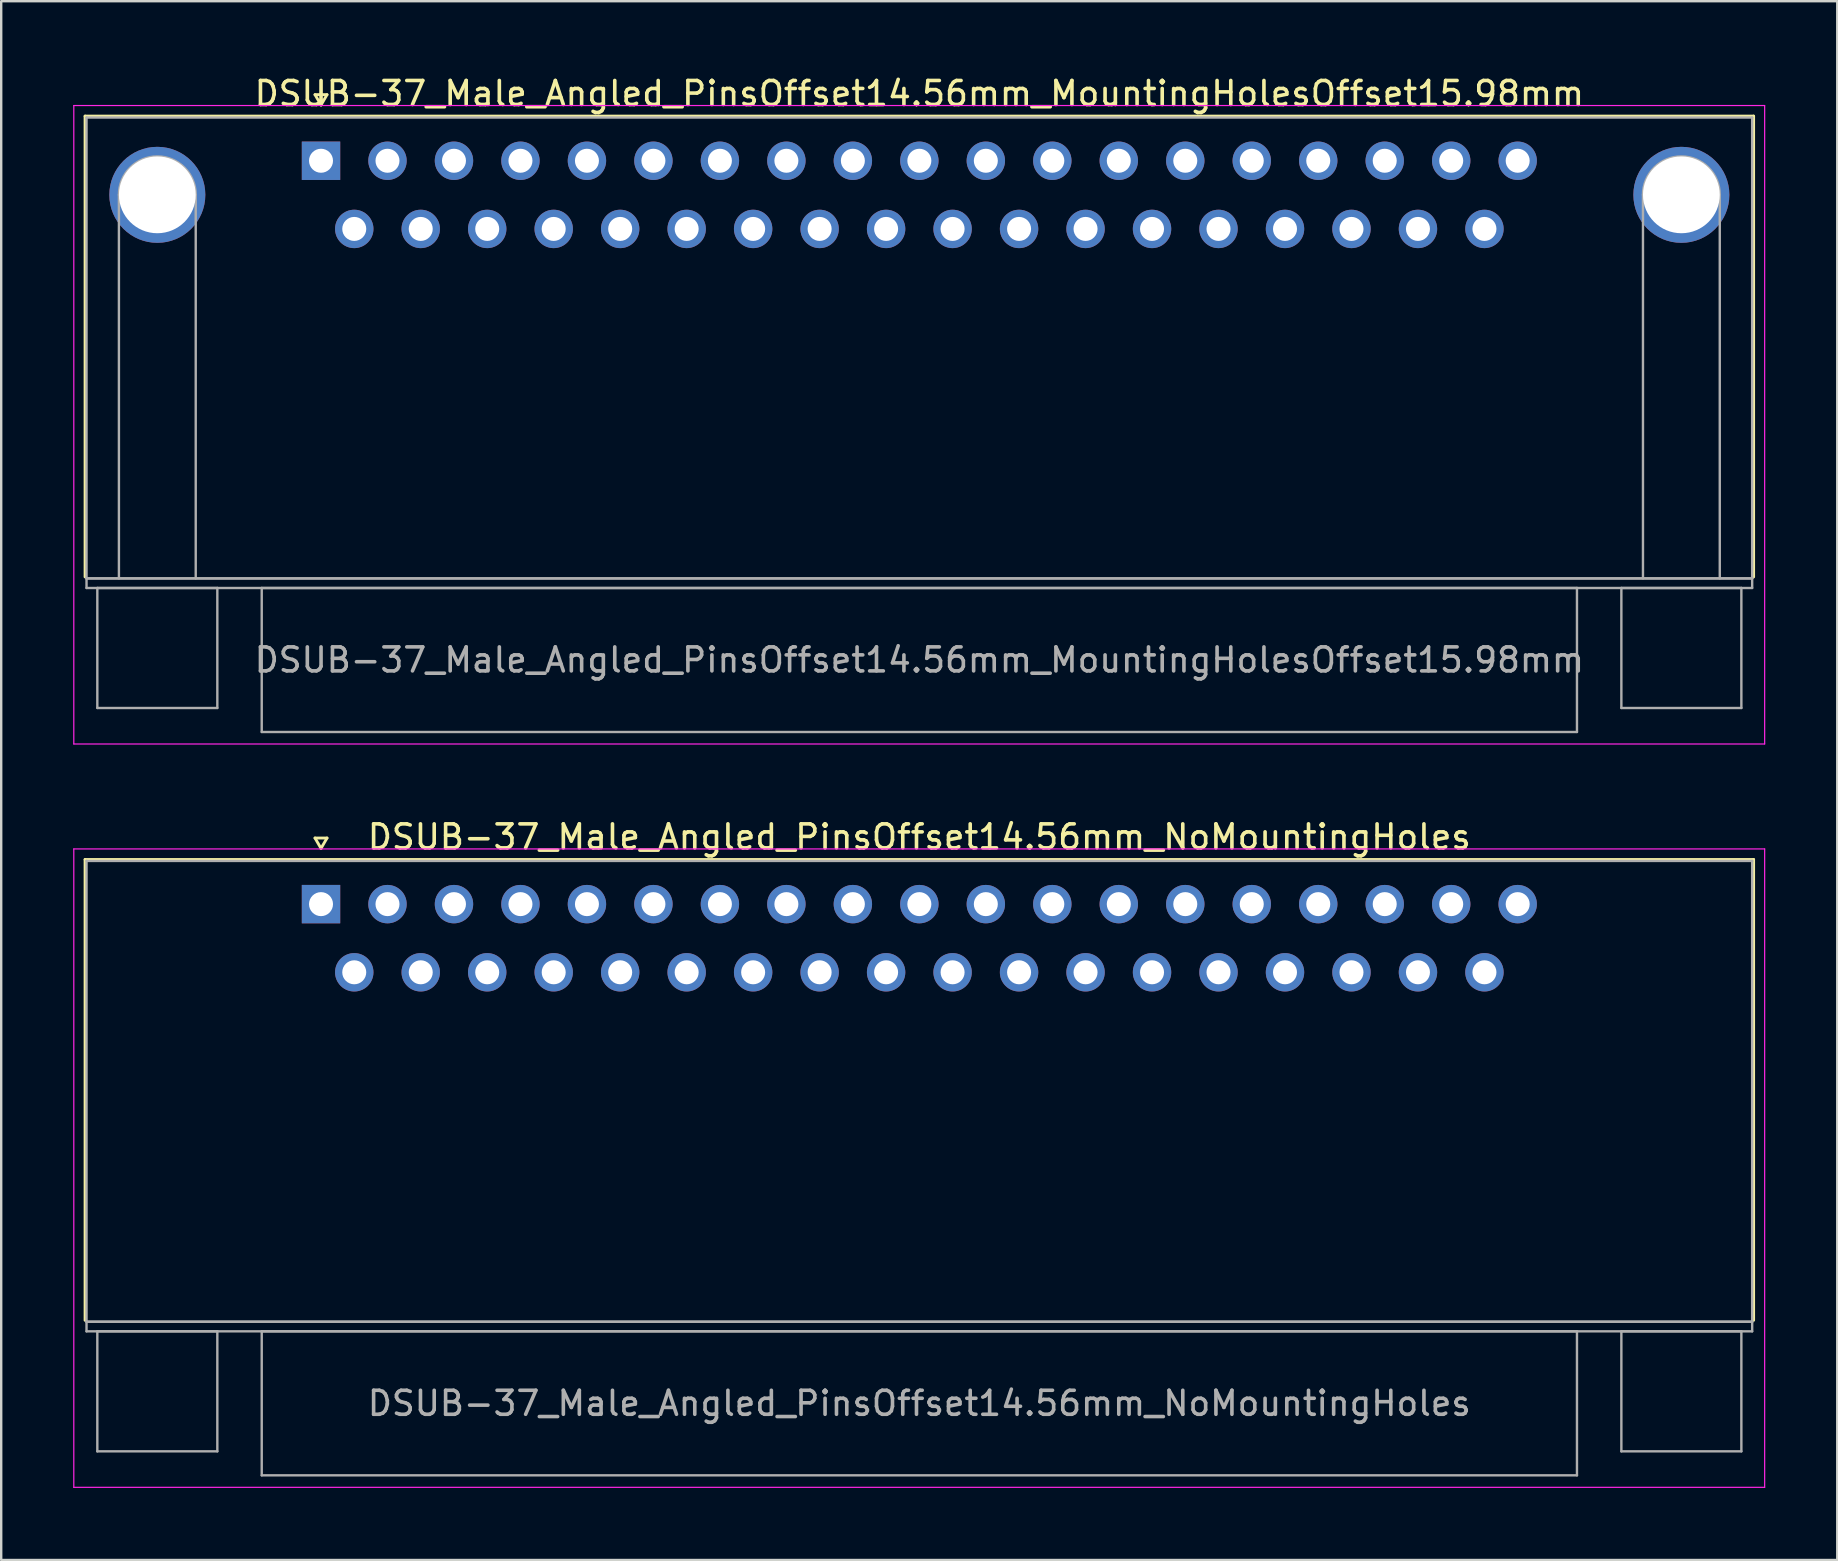
<source format=kicad_pcb>
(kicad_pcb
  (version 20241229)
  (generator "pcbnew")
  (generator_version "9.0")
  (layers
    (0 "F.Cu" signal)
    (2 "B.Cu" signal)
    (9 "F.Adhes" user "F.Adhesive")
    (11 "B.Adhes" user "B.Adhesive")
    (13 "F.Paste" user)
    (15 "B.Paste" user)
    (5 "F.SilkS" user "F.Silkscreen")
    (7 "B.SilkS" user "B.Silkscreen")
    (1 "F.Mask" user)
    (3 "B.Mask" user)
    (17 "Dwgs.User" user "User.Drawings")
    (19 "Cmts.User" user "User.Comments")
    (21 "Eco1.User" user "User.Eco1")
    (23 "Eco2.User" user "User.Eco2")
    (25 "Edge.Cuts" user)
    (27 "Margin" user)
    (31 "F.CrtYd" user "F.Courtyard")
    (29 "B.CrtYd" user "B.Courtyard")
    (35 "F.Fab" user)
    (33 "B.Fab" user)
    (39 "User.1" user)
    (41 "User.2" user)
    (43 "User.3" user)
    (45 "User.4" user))
  (footprint "DSUB-37_Male_Angled_PinsOffset14.56mm_MountingHolesOffset15.98mm"
    (layer "F.Cu")
    (at 10.325 3.648)
    (property "Reference" "DSUB-37_Male_Angled_PinsOffset14.56mm_MountingHolesOffset15.98mm" (at 24.93 -2.8 0) (layer "F.SilkS") (effects (font (size 1 1) (thickness 0.15))))
    (attr through_hole)
    (fp_line (start -9.83 -1.86) (end 59.69 -1.86) (stroke (width 0.12) (type solid)) (layer "F.SilkS"))
    (fp_line (start -9.83 17.34) (end -9.83 -1.86) (stroke (width 0.12) (type solid)) (layer "F.SilkS"))
    (fp_line (start -0.25 -2.754) (end 0.25 -2.754) (stroke (width 0.12) (type solid)) (layer "F.SilkS"))
    (fp_line (start 0 -2.321) (end -0.25 -2.754) (stroke (width 0.12) (type solid)) (layer "F.SilkS"))
    (fp_line (start 0.25 -2.754) (end 0 -2.321) (stroke (width 0.12) (type solid)) (layer "F.SilkS"))
    (fp_line (start 59.69 -1.86) (end 59.69 17.34) (stroke (width 0.12) (type solid)) (layer "F.SilkS"))
    (fp_line (start -10.3 -2.3) (end -10.3 24.3) (stroke (width 0.05) (type solid)) (layer "F.CrtYd"))
    (fp_line (start -10.3 24.3) (end 60.15 24.3) (stroke (width 0.05) (type solid)) (layer "F.CrtYd"))
    (fp_line (start 60.15 -2.3) (end -10.3 -2.3) (stroke (width 0.05) (type solid)) (layer "F.CrtYd"))
    (fp_line (start 60.15 24.3) (end 60.15 -2.3) (stroke (width 0.05) (type solid)) (layer "F.CrtYd"))
    (fp_line (start -9.77 -1.8) (end -9.77 17.4) (stroke (width 0.1) (type solid)) (layer "F.Fab"))
    (fp_line (start -9.77 17.4) (end -9.77 17.8) (stroke (width 0.1) (type solid)) (layer "F.Fab"))
    (fp_line (start -9.77 17.4) (end 59.63 17.4) (stroke (width 0.1) (type solid)) (layer "F.Fab"))
    (fp_line (start -9.77 17.8) (end 59.63 17.8) (stroke (width 0.1) (type solid)) (layer "F.Fab"))
    (fp_line (start -9.32 17.8) (end -9.32 22.8) (stroke (width 0.1) (type solid)) (layer "F.Fab"))
    (fp_line (start -9.32 22.8) (end -4.32 22.8) (stroke (width 0.1) (type solid)) (layer "F.Fab"))
    (fp_line (start -8.42 17.4) (end -8.42 1.42) (stroke (width 0.1) (type solid)) (layer "F.Fab"))
    (fp_line (start -5.22 17.4) (end -5.22 1.42) (stroke (width 0.1) (type solid)) (layer "F.Fab"))
    (fp_line (start -4.32 17.8) (end -9.32 17.8) (stroke (width 0.1) (type solid)) (layer "F.Fab"))
    (fp_line (start -4.32 22.8) (end -4.32 17.8) (stroke (width 0.1) (type solid)) (layer "F.Fab"))
    (fp_line (start -2.47 17.8) (end -2.47 23.8) (stroke (width 0.1) (type solid)) (layer "F.Fab"))
    (fp_line (start -2.47 23.8) (end 52.33 23.8) (stroke (width 0.1) (type solid)) (layer "F.Fab"))
    (fp_line (start 52.33 17.8) (end -2.47 17.8) (stroke (width 0.1) (type solid)) (layer "F.Fab"))
    (fp_line (start 52.33 23.8) (end 52.33 17.8) (stroke (width 0.1) (type solid)) (layer "F.Fab"))
    (fp_line (start 54.18 17.8) (end 54.18 22.8) (stroke (width 0.1) (type solid)) (layer "F.Fab"))
    (fp_line (start 54.18 22.8) (end 59.18 22.8) (stroke (width 0.1) (type solid)) (layer "F.Fab"))
    (fp_line (start 55.08 17.4) (end 55.08 1.42) (stroke (width 0.1) (type solid)) (layer "F.Fab"))
    (fp_line (start 58.28 17.4) (end 58.28 1.42) (stroke (width 0.1) (type solid)) (layer "F.Fab"))
    (fp_line (start 59.18 17.8) (end 54.18 17.8) (stroke (width 0.1) (type solid)) (layer "F.Fab"))
    (fp_line (start 59.18 22.8) (end 59.18 17.8) (stroke (width 0.1) (type solid)) (layer "F.Fab"))
    (fp_line (start 59.63 -1.8) (end -9.77 -1.8) (stroke (width 0.1) (type solid)) (layer "F.Fab"))
    (fp_line (start 59.63 17.4) (end -9.77 17.4) (stroke (width 0.1) (type solid)) (layer "F.Fab"))
    (fp_line (start 59.63 17.4) (end 59.63 -1.8) (stroke (width 0.1) (type solid)) (layer "F.Fab"))
    (fp_line (start 59.63 17.8) (end 59.63 17.4) (stroke (width 0.1) (type solid)) (layer "F.Fab"))
    (fp_arc (start -8.42 1.42) (mid -6.82 -0.18) (end -5.22 1.42) (stroke (width 0.1) (type solid)) (layer "F.Fab"))
    (fp_arc (start 55.08 1.42) (mid 56.68 -0.18) (end 58.28 1.42) (stroke (width 0.1) (type solid)) (layer "F.Fab"))
    (fp_text user "${REFERENCE}" (at 24.93 20.8 0) (layer "F.Fab") (effects (font (size 1 1) (thickness 0.15))))
    (pad "0" thru_hole circle (at -6.82 1.42) (size 4 4) (drill 3.2) (layers "*.Cu" "*.Mask"))
    (pad "0" thru_hole circle (at 56.68 1.42) (size 4 4) (drill 3.2) (layers "*.Cu" "*.Mask"))
    (pad "1" thru_hole rect (at 0 0) (size 1.6 1.6) (drill 1) (layers "*.Cu" "*.Mask"))
    (pad "2" thru_hole circle (at 2.77 0) (size 1.6 1.6) (drill 1) (layers "*.Cu" "*.Mask"))
    (pad "3" thru_hole circle (at 5.54 0) (size 1.6 1.6) (drill 1) (layers "*.Cu" "*.Mask"))
    (pad "4" thru_hole circle (at 8.31 0) (size 1.6 1.6) (drill 1) (layers "*.Cu" "*.Mask"))
    (pad "5" thru_hole circle (at 11.08 0) (size 1.6 1.6) (drill 1) (layers "*.Cu" "*.Mask"))
    (pad "6" thru_hole circle (at 13.85 0) (size 1.6 1.6) (drill 1) (layers "*.Cu" "*.Mask"))
    (pad "7" thru_hole circle (at 16.62 0) (size 1.6 1.6) (drill 1) (layers "*.Cu" "*.Mask"))
    (pad "8" thru_hole circle (at 19.39 0) (size 1.6 1.6) (drill 1) (layers "*.Cu" "*.Mask"))
    (pad "9" thru_hole circle (at 22.16 0) (size 1.6 1.6) (drill 1) (layers "*.Cu" "*.Mask"))
    (pad "10" thru_hole circle (at 24.93 0) (size 1.6 1.6) (drill 1) (layers "*.Cu" "*.Mask"))
    (pad "11" thru_hole circle (at 27.7 0) (size 1.6 1.6) (drill 1) (layers "*.Cu" "*.Mask"))
    (pad "12" thru_hole circle (at 30.47 0) (size 1.6 1.6) (drill 1) (layers "*.Cu" "*.Mask"))
    (pad "13" thru_hole circle (at 33.24 0) (size 1.6 1.6) (drill 1) (layers "*.Cu" "*.Mask"))
    (pad "14" thru_hole circle (at 36.01 0) (size 1.6 1.6) (drill 1) (layers "*.Cu" "*.Mask"))
    (pad "15" thru_hole circle (at 38.78 0) (size 1.6 1.6) (drill 1) (layers "*.Cu" "*.Mask"))
    (pad "16" thru_hole circle (at 41.55 0) (size 1.6 1.6) (drill 1) (layers "*.Cu" "*.Mask"))
    (pad "17" thru_hole circle (at 44.32 0) (size 1.6 1.6) (drill 1) (layers "*.Cu" "*.Mask"))
    (pad "18" thru_hole circle (at 47.09 0) (size 1.6 1.6) (drill 1) (layers "*.Cu" "*.Mask"))
    (pad "19" thru_hole circle (at 49.86 0) (size 1.6 1.6) (drill 1) (layers "*.Cu" "*.Mask"))
    (pad "20" thru_hole circle (at 1.385 2.84) (size 1.6 1.6) (drill 1) (layers "*.Cu" "*.Mask"))
    (pad "21" thru_hole circle (at 4.155 2.84) (size 1.6 1.6) (drill 1) (layers "*.Cu" "*.Mask"))
    (pad "22" thru_hole circle (at 6.925 2.84) (size 1.6 1.6) (drill 1) (layers "*.Cu" "*.Mask"))
    (pad "23" thru_hole circle (at 9.695 2.84) (size 1.6 1.6) (drill 1) (layers "*.Cu" "*.Mask"))
    (pad "24" thru_hole circle (at 12.465 2.84) (size 1.6 1.6) (drill 1) (layers "*.Cu" "*.Mask"))
    (pad "25" thru_hole circle (at 15.235 2.84) (size 1.6 1.6) (drill 1) (layers "*.Cu" "*.Mask"))
    (pad "26" thru_hole circle (at 18.005 2.84) (size 1.6 1.6) (drill 1) (layers "*.Cu" "*.Mask"))
    (pad "27" thru_hole circle (at 20.775 2.84) (size 1.6 1.6) (drill 1) (layers "*.Cu" "*.Mask"))
    (pad "28" thru_hole circle (at 23.545 2.84) (size 1.6 1.6) (drill 1) (layers "*.Cu" "*.Mask"))
    (pad "29" thru_hole circle (at 26.315 2.84) (size 1.6 1.6) (drill 1) (layers "*.Cu" "*.Mask"))
    (pad "30" thru_hole circle (at 29.085 2.84) (size 1.6 1.6) (drill 1) (layers "*.Cu" "*.Mask"))
    (pad "31" thru_hole circle (at 31.855 2.84) (size 1.6 1.6) (drill 1) (layers "*.Cu" "*.Mask"))
    (pad "32" thru_hole circle (at 34.625 2.84) (size 1.6 1.6) (drill 1) (layers "*.Cu" "*.Mask"))
    (pad "33" thru_hole circle (at 37.395 2.84) (size 1.6 1.6) (drill 1) (layers "*.Cu" "*.Mask"))
    (pad "34" thru_hole circle (at 40.165 2.84) (size 1.6 1.6) (drill 1) (layers "*.Cu" "*.Mask"))
    (pad "35" thru_hole circle (at 42.935 2.84) (size 1.6 1.6) (drill 1) (layers "*.Cu" "*.Mask"))
    (pad "36" thru_hole circle (at 45.705 2.84) (size 1.6 1.6) (drill 1) (layers "*.Cu" "*.Mask"))
    (pad "37" thru_hole circle (at 48.475 2.84) (size 1.6 1.6) (drill 1) (layers "*.Cu" "*.Mask")))
  (footprint "DSUB-37_Male_Angled_PinsOffset14.56mm_NoMountingHoles"
    (layer "F.Cu")
    (at 10.325 34.621)
    (property "Reference" "DSUB-37_Male_Angled_PinsOffset14.56mm_NoMountingHoles" (at 24.93 -2.8 0) (layer "F.SilkS") (effects (font (size 1 1) (thickness 0.15))))
    (attr through_hole)
    (fp_line (start -9.83 -1.86) (end 59.69 -1.86) (stroke (width 0.12) (type solid)) (layer "F.SilkS"))
    (fp_line (start -9.83 17.34) (end -9.83 -1.86) (stroke (width 0.12) (type solid)) (layer "F.SilkS"))
    (fp_line (start -0.25 -2.754) (end 0.25 -2.754) (stroke (width 0.12) (type solid)) (layer "F.SilkS"))
    (fp_line (start 0 -2.321) (end -0.25 -2.754) (stroke (width 0.12) (type solid)) (layer "F.SilkS"))
    (fp_line (start 0.25 -2.754) (end 0 -2.321) (stroke (width 0.12) (type solid)) (layer "F.SilkS"))
    (fp_line (start 59.69 -1.86) (end 59.69 17.34) (stroke (width 0.12) (type solid)) (layer "F.SilkS"))
    (fp_line (start -10.3 -2.3) (end -10.3 24.3) (stroke (width 0.05) (type solid)) (layer "F.CrtYd"))
    (fp_line (start -10.3 24.3) (end 60.15 24.3) (stroke (width 0.05) (type solid)) (layer "F.CrtYd"))
    (fp_line (start 60.15 -2.3) (end -10.3 -2.3) (stroke (width 0.05) (type solid)) (layer "F.CrtYd"))
    (fp_line (start 60.15 24.3) (end 60.15 -2.3) (stroke (width 0.05) (type solid)) (layer "F.CrtYd"))
    (fp_line (start -9.77 -1.8) (end -9.77 17.4) (stroke (width 0.1) (type solid)) (layer "F.Fab"))
    (fp_line (start -9.77 17.4) (end -9.77 17.8) (stroke (width 0.1) (type solid)) (layer "F.Fab"))
    (fp_line (start -9.77 17.4) (end 59.63 17.4) (stroke (width 0.1) (type solid)) (layer "F.Fab"))
    (fp_line (start -9.77 17.8) (end 59.63 17.8) (stroke (width 0.1) (type solid)) (layer "F.Fab"))
    (fp_line (start -9.32 17.8) (end -9.32 22.8) (stroke (width 0.1) (type solid)) (layer "F.Fab"))
    (fp_line (start -9.32 22.8) (end -4.32 22.8) (stroke (width 0.1) (type solid)) (layer "F.Fab"))
    (fp_line (start -4.32 17.8) (end -9.32 17.8) (stroke (width 0.1) (type solid)) (layer "F.Fab"))
    (fp_line (start -4.32 22.8) (end -4.32 17.8) (stroke (width 0.1) (type solid)) (layer "F.Fab"))
    (fp_line (start -2.47 17.8) (end -2.47 23.8) (stroke (width 0.1) (type solid)) (layer "F.Fab"))
    (fp_line (start -2.47 23.8) (end 52.33 23.8) (stroke (width 0.1) (type solid)) (layer "F.Fab"))
    (fp_line (start 52.33 17.8) (end -2.47 17.8) (stroke (width 0.1) (type solid)) (layer "F.Fab"))
    (fp_line (start 52.33 23.8) (end 52.33 17.8) (stroke (width 0.1) (type solid)) (layer "F.Fab"))
    (fp_line (start 54.18 17.8) (end 54.18 22.8) (stroke (width 0.1) (type solid)) (layer "F.Fab"))
    (fp_line (start 54.18 22.8) (end 59.18 22.8) (stroke (width 0.1) (type solid)) (layer "F.Fab"))
    (fp_line (start 59.18 17.8) (end 54.18 17.8) (stroke (width 0.1) (type solid)) (layer "F.Fab"))
    (fp_line (start 59.18 22.8) (end 59.18 17.8) (stroke (width 0.1) (type solid)) (layer "F.Fab"))
    (fp_line (start 59.63 -1.8) (end -9.77 -1.8) (stroke (width 0.1) (type solid)) (layer "F.Fab"))
    (fp_line (start 59.63 17.4) (end -9.77 17.4) (stroke (width 0.1) (type solid)) (layer "F.Fab"))
    (fp_line (start 59.63 17.4) (end 59.63 -1.8) (stroke (width 0.1) (type solid)) (layer "F.Fab"))
    (fp_line (start 59.63 17.8) (end 59.63 17.4) (stroke (width 0.1) (type solid)) (layer "F.Fab"))
    (fp_text user "${REFERENCE}" (at 24.93 20.8 0) (layer "F.Fab") (effects (font (size 1 1) (thickness 0.15))))
    (pad "1" thru_hole rect (at 0 0) (size 1.6 1.6) (drill 1) (layers "*.Cu" "*.Mask"))
    (pad "2" thru_hole circle (at 2.77 0) (size 1.6 1.6) (drill 1) (layers "*.Cu" "*.Mask"))
    (pad "3" thru_hole circle (at 5.54 0) (size 1.6 1.6) (drill 1) (layers "*.Cu" "*.Mask"))
    (pad "4" thru_hole circle (at 8.31 0) (size 1.6 1.6) (drill 1) (layers "*.Cu" "*.Mask"))
    (pad "5" thru_hole circle (at 11.08 0) (size 1.6 1.6) (drill 1) (layers "*.Cu" "*.Mask"))
    (pad "6" thru_hole circle (at 13.85 0) (size 1.6 1.6) (drill 1) (layers "*.Cu" "*.Mask"))
    (pad "7" thru_hole circle (at 16.62 0) (size 1.6 1.6) (drill 1) (layers "*.Cu" "*.Mask"))
    (pad "8" thru_hole circle (at 19.39 0) (size 1.6 1.6) (drill 1) (layers "*.Cu" "*.Mask"))
    (pad "9" thru_hole circle (at 22.16 0) (size 1.6 1.6) (drill 1) (layers "*.Cu" "*.Mask"))
    (pad "10" thru_hole circle (at 24.93 0) (size 1.6 1.6) (drill 1) (layers "*.Cu" "*.Mask"))
    (pad "11" thru_hole circle (at 27.7 0) (size 1.6 1.6) (drill 1) (layers "*.Cu" "*.Mask"))
    (pad "12" thru_hole circle (at 30.47 0) (size 1.6 1.6) (drill 1) (layers "*.Cu" "*.Mask"))
    (pad "13" thru_hole circle (at 33.24 0) (size 1.6 1.6) (drill 1) (layers "*.Cu" "*.Mask"))
    (pad "14" thru_hole circle (at 36.01 0) (size 1.6 1.6) (drill 1) (layers "*.Cu" "*.Mask"))
    (pad "15" thru_hole circle (at 38.78 0) (size 1.6 1.6) (drill 1) (layers "*.Cu" "*.Mask"))
    (pad "16" thru_hole circle (at 41.55 0) (size 1.6 1.6) (drill 1) (layers "*.Cu" "*.Mask"))
    (pad "17" thru_hole circle (at 44.32 0) (size 1.6 1.6) (drill 1) (layers "*.Cu" "*.Mask"))
    (pad "18" thru_hole circle (at 47.09 0) (size 1.6 1.6) (drill 1) (layers "*.Cu" "*.Mask"))
    (pad "19" thru_hole circle (at 49.86 0) (size 1.6 1.6) (drill 1) (layers "*.Cu" "*.Mask"))
    (pad "20" thru_hole circle (at 1.385 2.84) (size 1.6 1.6) (drill 1) (layers "*.Cu" "*.Mask"))
    (pad "21" thru_hole circle (at 4.155 2.84) (size 1.6 1.6) (drill 1) (layers "*.Cu" "*.Mask"))
    (pad "22" thru_hole circle (at 6.925 2.84) (size 1.6 1.6) (drill 1) (layers "*.Cu" "*.Mask"))
    (pad "23" thru_hole circle (at 9.695 2.84) (size 1.6 1.6) (drill 1) (layers "*.Cu" "*.Mask"))
    (pad "24" thru_hole circle (at 12.465 2.84) (size 1.6 1.6) (drill 1) (layers "*.Cu" "*.Mask"))
    (pad "25" thru_hole circle (at 15.235 2.84) (size 1.6 1.6) (drill 1) (layers "*.Cu" "*.Mask"))
    (pad "26" thru_hole circle (at 18.005 2.84) (size 1.6 1.6) (drill 1) (layers "*.Cu" "*.Mask"))
    (pad "27" thru_hole circle (at 20.775 2.84) (size 1.6 1.6) (drill 1) (layers "*.Cu" "*.Mask"))
    (pad "28" thru_hole circle (at 23.545 2.84) (size 1.6 1.6) (drill 1) (layers "*.Cu" "*.Mask"))
    (pad "29" thru_hole circle (at 26.315 2.84) (size 1.6 1.6) (drill 1) (layers "*.Cu" "*.Mask"))
    (pad "30" thru_hole circle (at 29.085 2.84) (size 1.6 1.6) (drill 1) (layers "*.Cu" "*.Mask"))
    (pad "31" thru_hole circle (at 31.855 2.84) (size 1.6 1.6) (drill 1) (layers "*.Cu" "*.Mask"))
    (pad "32" thru_hole circle (at 34.625 2.84) (size 1.6 1.6) (drill 1) (layers "*.Cu" "*.Mask"))
    (pad "33" thru_hole circle (at 37.395 2.84) (size 1.6 1.6) (drill 1) (layers "*.Cu" "*.Mask"))
    (pad "34" thru_hole circle (at 40.165 2.84) (size 1.6 1.6) (drill 1) (layers "*.Cu" "*.Mask"))
    (pad "35" thru_hole circle (at 42.935 2.84) (size 1.6 1.6) (drill 1) (layers "*.Cu" "*.Mask"))
    (pad "36" thru_hole circle (at 45.705 2.84) (size 1.6 1.6) (drill 1) (layers "*.Cu" "*.Mask"))
    (pad "37" thru_hole circle (at 48.475 2.84) (size 1.6 1.6) (drill 1) (layers "*.Cu" "*.Mask")))
  (gr_rect
    (start -3 -3)
    (end 73.5 61.947)
    (stroke (width 0.1) (type default))
    (fill no)
    (layer "Edge.Cuts")))
</source>
